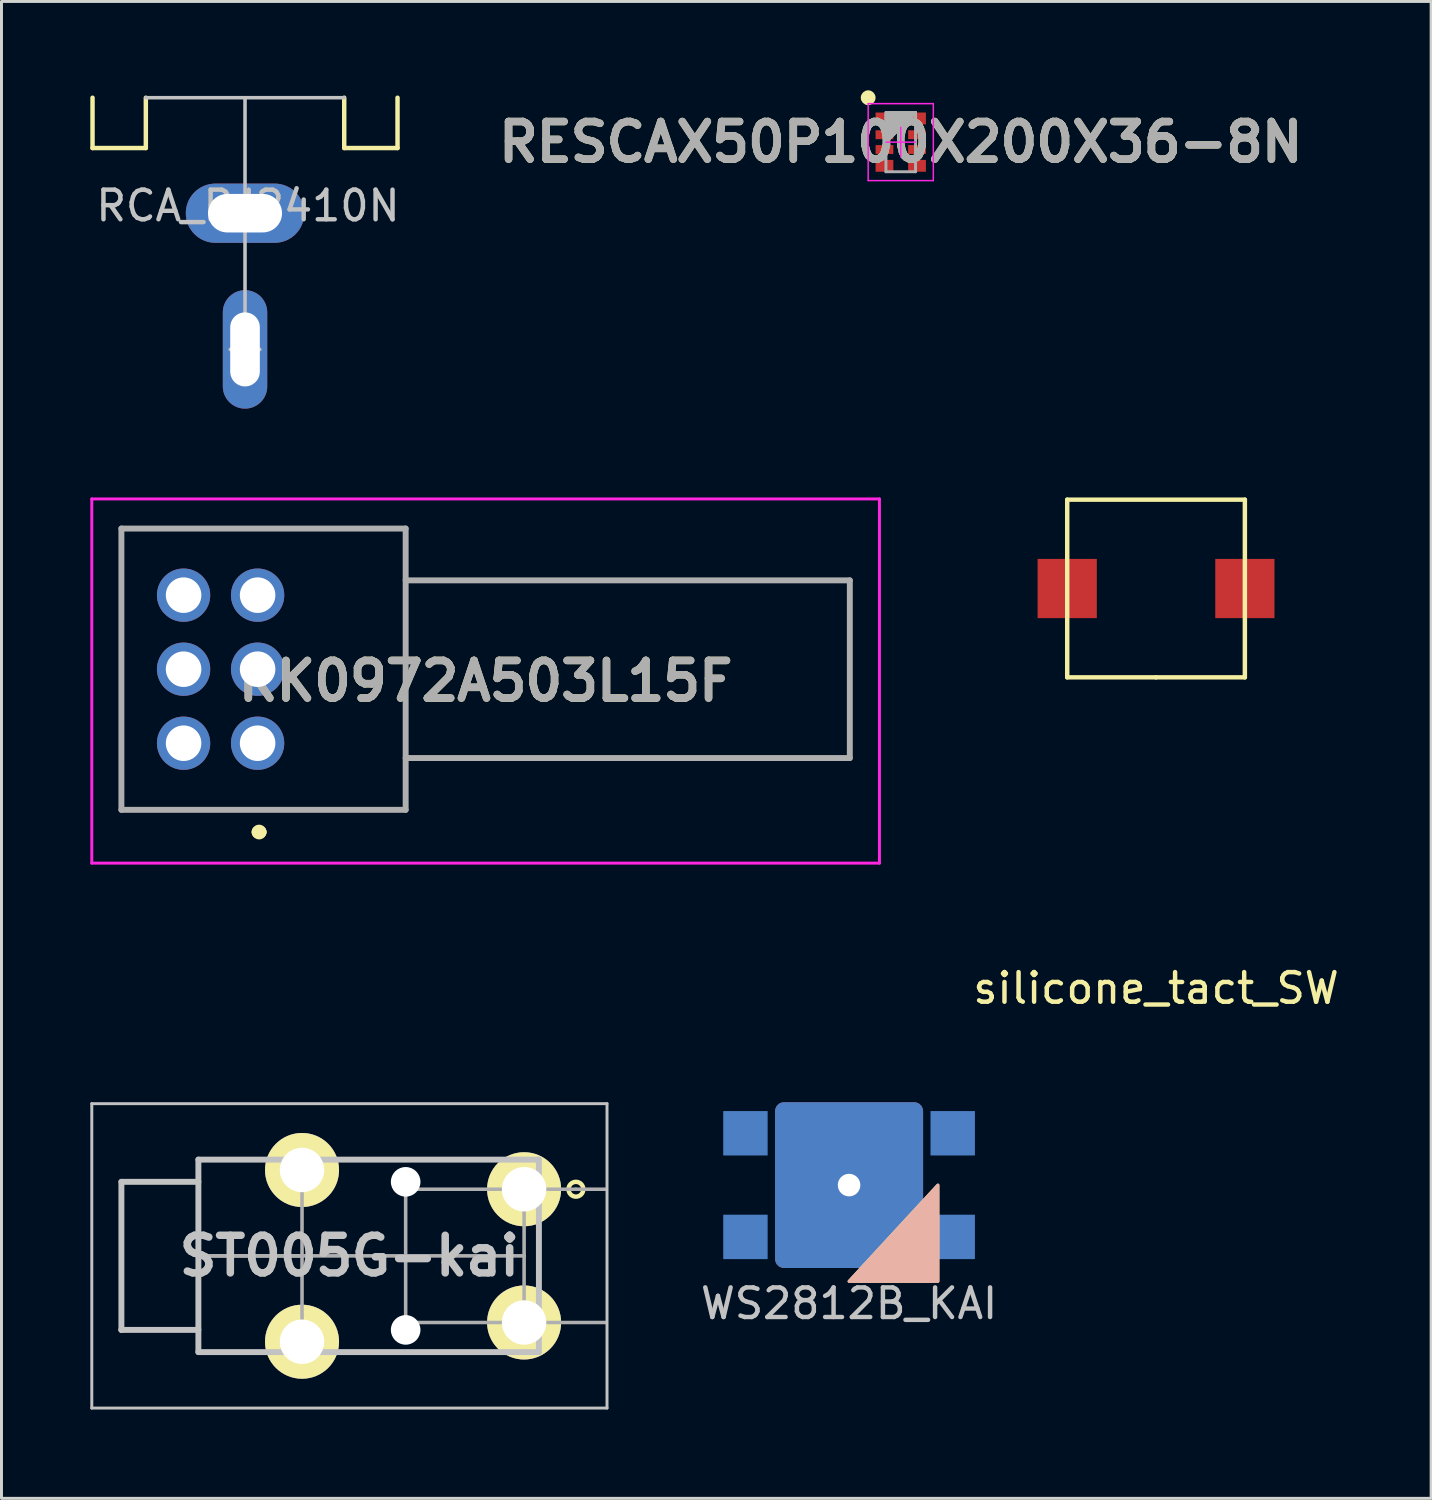
<source format=kicad_pcb>
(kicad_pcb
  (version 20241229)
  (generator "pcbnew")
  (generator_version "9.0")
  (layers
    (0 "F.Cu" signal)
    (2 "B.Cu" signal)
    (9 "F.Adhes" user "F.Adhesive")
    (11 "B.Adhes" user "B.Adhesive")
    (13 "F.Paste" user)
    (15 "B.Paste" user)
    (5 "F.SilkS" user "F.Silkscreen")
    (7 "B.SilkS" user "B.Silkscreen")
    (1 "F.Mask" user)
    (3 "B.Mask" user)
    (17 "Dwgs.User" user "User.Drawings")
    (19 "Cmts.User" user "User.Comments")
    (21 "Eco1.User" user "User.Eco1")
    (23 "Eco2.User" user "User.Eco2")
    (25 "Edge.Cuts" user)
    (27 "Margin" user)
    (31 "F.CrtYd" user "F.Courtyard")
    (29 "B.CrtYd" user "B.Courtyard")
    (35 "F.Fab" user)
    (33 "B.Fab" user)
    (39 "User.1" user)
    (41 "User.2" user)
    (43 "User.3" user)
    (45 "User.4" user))
  (footprint "WS2812B_KAI"
    (layer "F.Cu")
    (at 25.625 36.973)
    (property "Reference" "WS2812B_KAI" (at 0 4 0) (layer "Dwgs.User") (effects (font (size 1 1) (thickness 0.15))))
    (attr through_hole)
    (fp_poly (pts (xy 3 0) (xy 0 3.25) (xy 3 3.25)) (stroke (width 0.1) (type solid)) (fill yes) (layer "F.SilkS"))
    (fp_poly (pts (xy 3 0) (xy 0 3.25) (xy 3 3.25)) (stroke (width 0.1) (type solid)) (fill yes) (layer "B.SilkS"))
    (pad "" np_thru_hole roundrect (at 0 0) (size 5 5.6) (drill 0.762) (layers "*.Cu" "*.Mask") (roundrect_rratio 0.06))
    (pad "1" smd rect (at -3.5 -1.75) (size 1.5 1.5) (layers "B.Cu" "B.Mask" "B.Paste"))
    (pad "2" smd rect (at -3.5 1.75) (size 1.5 1.5) (layers "B.Cu" "B.Mask" "B.Paste"))
    (pad "3" smd rect (at 3.5 1.75) (size 1.5 1.5) (layers "B.Cu" "B.Mask" "B.Paste"))
    (pad "4" smd rect (at 3.5 -1.75) (size 1.5 1.5) (layers "B.Cu" "B.Mask" "B.Paste")))
  (footprint "RK0972A503L15F"
    (layer "F.Cu")
    (at 5.65 22.05)
    (property "Reference" "RK0972A503L15F" (at 7.7 -2.1 0) (layer "F.SilkS") (effects (font (size 1.27 1.27) (thickness 0.254))))
    (attr through_hole)
    (fp_line (start -4.6 -7.25) (end 5 -7.25) (stroke (width 0.1) (type solid)) (layer "F.SilkS"))
    (fp_line (start -4.6 2.25) (end -4.6 -7.25) (stroke (width 0.1) (type solid)) (layer "F.SilkS"))
    (fp_line (start 0 3) (end 0 3) (stroke (width 0.4) (type solid)) (layer "F.SilkS"))
    (fp_line (start 0.1 3) (end 0.1 3) (stroke (width 0.4) (type solid)) (layer "F.SilkS"))
    (fp_line (start 5 -7.25) (end 5 2.25) (stroke (width 0.1) (type solid)) (layer "F.SilkS"))
    (fp_line (start 5 -5.5) (end 20 -5.5) (stroke (width 0.1) (type solid)) (layer "F.SilkS"))
    (fp_line (start 5 2.25) (end -4.6 2.25) (stroke (width 0.1) (type solid)) (layer "F.SilkS"))
    (fp_line (start 20 -5.5) (end 20 0.5) (stroke (width 0.1) (type solid)) (layer "F.SilkS"))
    (fp_line (start 20 0.5) (end 5 0.5) (stroke (width 0.1) (type solid)) (layer "F.SilkS"))
    (fp_arc (start 0 3) (mid 0.05 2.95) (end 0.1 3) (stroke (width 0.4) (type solid)) (layer "F.SilkS"))
    (fp_arc (start 0.1 3) (mid 0.05 3.05) (end 0 3) (stroke (width 0.4) (type solid)) (layer "F.SilkS"))
    (fp_line (start -5.6 -8.25) (end 21 -8.25) (stroke (width 0.1) (type solid)) (layer "F.CrtYd"))
    (fp_line (start -5.6 4.05) (end -5.6 -8.25) (stroke (width 0.1) (type solid)) (layer "F.CrtYd"))
    (fp_line (start 21 -8.25) (end 21 4.05) (stroke (width 0.1) (type solid)) (layer "F.CrtYd"))
    (fp_line (start 21 4.05) (end -5.6 4.05) (stroke (width 0.1) (type solid)) (layer "F.CrtYd"))
    (fp_line (start -4.6 -7.25) (end 5 -7.25) (stroke (width 0.2) (type solid)) (layer "F.Fab"))
    (fp_line (start -4.6 2.25) (end -4.6 -7.25) (stroke (width 0.2) (type solid)) (layer "F.Fab"))
    (fp_line (start 5 -7.25) (end 5 2.25) (stroke (width 0.2) (type solid)) (layer "F.Fab"))
    (fp_line (start 5 -5.5) (end 20 -5.5) (stroke (width 0.2) (type solid)) (layer "F.Fab"))
    (fp_line (start 5 2.25) (end -4.6 2.25) (stroke (width 0.2) (type solid)) (layer "F.Fab"))
    (fp_line (start 20 -5.5) (end 20 0.5) (stroke (width 0.2) (type solid)) (layer "F.Fab"))
    (fp_line (start 20 0.5) (end 5 0.5) (stroke (width 0.2) (type solid)) (layer "F.Fab"))
    (fp_text user "${REFERENCE}" (at 7.7 -2.1 0) (layer "F.Fab") (effects (font (size 1.27 1.27) (thickness 0.254))))
    (pad "1" thru_hole circle (at 0 0) (size 1.8 1.8) (drill 1.2) (layers "*.Cu" "*.Mask"))
    (pad "2" thru_hole circle (at 0 -2.5) (size 1.8 1.8) (drill 1.2) (layers "*.Cu" "*.Mask"))
    (pad "3" thru_hole circle (at 0 -5) (size 1.8 1.8) (drill 1.2) (layers "*.Cu" "*.Mask"))
    (pad "4" thru_hole circle (at -2.5 0) (size 1.8 1.8) (drill 1.2) (layers "*.Cu" "*.Mask"))
    (pad "5" thru_hole circle (at -2.5 -2.5) (size 1.8 1.8) (drill 1.2) (layers "*.Cu" "*.Mask"))
    (pad "6" thru_hole circle (at -2.5 -5) (size 1.8 1.8) (drill 1.2) (layers "*.Cu" "*.Mask")))
  (footprint "silicone_tact_SW"
    (layer "F.Cu")
    (at 35.992 29.825)
    (property "Reference" "silicone_tact_SW" (at 0 0.5 0) (layer "F.SilkS") (effects (font (size 1 1) (thickness 0.15))))
    (attr through_hole)
    (fp_line (start -3 -16) (end -3 -10) (stroke (width 0.15) (type solid)) (layer "F.SilkS"))
    (fp_line (start -3 -10) (end 0 -10) (stroke (width 0.15) (type solid)) (layer "F.SilkS"))
    (fp_line (start 0 -10) (end 3 -10) (stroke (width 0.15) (type solid)) (layer "F.SilkS"))
    (fp_line (start 3 -16) (end -3 -16) (stroke (width 0.15) (type solid)) (layer "F.SilkS"))
    (fp_line (start 3 -10) (end 3 -16) (stroke (width 0.15) (type solid)) (layer "F.SilkS"))
    (pad "1" smd rect (at -3 -13) (size 2 2) (layers "F.Cu" "F.Mask" "F.Paste"))
    (pad "2" smd rect (at 3 -13) (size 2 2) (layers "F.Cu" "F.Mask" "F.Paste")))
  (footprint "ST005G-kai"
    (layer "F.Cu")
    (at 8.75 39.363)
    (property "Reference" "ST005G-kai" (at 0 0 0) (layer "Dwgs.User") (effects (font (size 1.27 1.27) (thickness 0.254))))
    (attr through_hole)
    (fp_circle (center 7.65 -2.25) (end 7.65 -2) (stroke (width 0.15) (type solid)) (fill no) (layer "F.SilkS"))
    (fp_line (start -8.7 -5.14) (end 8.7 -5.14) (stroke (width 0.1) (type solid)) (layer "Dwgs.User"))
    (fp_line (start -8.7 5.14) (end -8.7 -5.14) (stroke (width 0.1) (type solid)) (layer "Dwgs.User"))
    (fp_line (start -7.7 -2.5) (end -7.7 2.5) (stroke (width 0.2) (type solid)) (layer "Dwgs.User"))
    (fp_line (start -7.7 2.5) (end -7.7 2.5) (stroke (width 0.2) (type solid)) (layer "Dwgs.User"))
    (fp_line (start -7.7 2.5) (end -5.1 2.5) (stroke (width 0.2) (type solid)) (layer "Dwgs.User"))
    (fp_line (start -5.1 -3.25) (end 6.4 -3.25) (stroke (width 0.2) (type solid)) (layer "Dwgs.User"))
    (fp_line (start -5.1 -2.5) (end -7.7 -2.5) (stroke (width 0.2) (type solid)) (layer "Dwgs.User"))
    (fp_line (start -5.1 3.25) (end -5.1 -3.25) (stroke (width 0.2) (type solid)) (layer "Dwgs.User"))
    (fp_line (start 6.4 -3.25) (end 6.4 3.25) (stroke (width 0.2) (type solid)) (layer "Dwgs.User"))
    (fp_line (start 6.4 3.25) (end -5.1 3.25) (stroke (width 0.2) (type solid)) (layer "Dwgs.User"))
    (fp_line (start 8.7 -5.14) (end 8.7 5.14) (stroke (width 0.1) (type solid)) (layer "Dwgs.User"))
    (fp_line (start 8.7 5.14) (end -8.7 5.14) (stroke (width 0.1) (type solid)) (layer "Dwgs.User"))
    (fp_line (start -7.7 -2.5) (end -7.7 2.5) (stroke (width 0.1) (type solid)) (layer "Eco1.User"))
    (fp_line (start -7.7 2.5) (end -5.1 2.5) (stroke (width 0.1) (type solid)) (layer "Eco1.User"))
    (fp_line (start -5.1 -3.25) (end -5.1 -2.5) (stroke (width 0.1) (type solid)) (layer "Eco1.User"))
    (fp_line (start -5.1 -2.5) (end -7.7 -2.5) (stroke (width 0.1) (type solid)) (layer "Eco1.User"))
    (fp_line (start -5.1 2.5) (end -5.1 3.25) (stroke (width 0.1) (type solid)) (layer "Eco1.User"))
    (fp_line (start -5.1 3.25) (end -3.1 3.25) (stroke (width 0.1) (type solid)) (layer "Eco1.User"))
    (fp_line (start -3.1 -3.25) (end -5.1 -3.25) (stroke (width 0.1) (type solid)) (layer "Eco1.User"))
    (fp_line (start -5.1 0) (end -1.6 0) (stroke (width 0.12) (type solid)) (layer "F.Fab"))
    (fp_line (start -5.1 0) (end 1.9 0) (stroke (width 0.12) (type solid)) (layer "F.Fab"))
    (fp_line (start -1.6 0) (end -1.6 -2.9) (stroke (width 0.12) (type solid)) (layer "F.Fab"))
    (fp_line (start -1.6 0) (end -1.6 2.9) (stroke (width 0.12) (type solid)) (layer "F.Fab"))
    (fp_line (start 1.9 -2.25) (end 1.9 -2.5) (stroke (width 0.12) (type solid)) (layer "F.Fab"))
    (fp_line (start 1.9 -2.25) (end 7.65 -2.25) (stroke (width 0.12) (type solid)) (layer "F.Fab"))
    (fp_line (start 1.9 0) (end 1.9 -2.25) (stroke (width 0.12) (type solid)) (layer "F.Fab"))
    (fp_line (start 1.9 0) (end 1.9 2.25) (stroke (width 0.12) (type solid)) (layer "F.Fab"))
    (fp_line (start 1.9 0) (end 5.9 0) (stroke (width 0.12) (type solid)) (layer "F.Fab"))
    (fp_line (start 1.9 2.25) (end 1.9 2.5) (stroke (width 0.12) (type solid)) (layer "F.Fab"))
    (fp_line (start 1.9 2.25) (end 8.65 2.25) (stroke (width 0.12) (type solid)) (layer "F.Fab"))
    (fp_line (start 5.9 0) (end 5.9 -2.25) (stroke (width 0.12) (type solid)) (layer "F.Fab"))
    (fp_line (start 5.9 0) (end 5.9 2.25) (stroke (width 0.12) (type solid)) (layer "F.Fab"))
    (fp_line (start 7.65 -2.25) (end 8.65 -2.25) (stroke (width 0.12) (type solid)) (layer "F.Fab"))
    (pad "" np_thru_hole circle (at 1.9 -2.5 90) (size 1 1) (drill 1) (layers "*.Cu" "*.Mask"))
    (pad "" np_thru_hole circle (at 1.9 2.5 90) (size 1 1) (drill 1) (layers "*.Cu" "*.Mask"))
    (pad "1" thru_hole circle (at 5.9 -2.25 90) (size 2.5 2.5) (drill 1.5) (layers "*.Cu" "*.Mask" "F.SilkS"))
    (pad "2" thru_hole circle (at 5.9 2.25 90) (size 2.5 2.5) (drill 1.5) (layers "*.Cu" "*.Mask" "F.SilkS"))
    (pad "3" thru_hole circle (at -1.6 -2.9 90) (size 2.5 2.5) (drill 1.5) (layers "*.Cu" "*.Mask" "F.SilkS"))
    (pad "4" thru_hole circle (at -1.6 2.9 90) (size 2.5 2.5) (drill 1.5) (layers "*.Cu" "*.Mask" "F.SilkS")))
  (footprint "RCA_RJ2410N"
    (layer "F.Cu")
    (at 5.225 0.25)
    (property "Reference" "RCA_RJ2410N" (at 0.1 3.65 0) (layer "Dwgs.User") (effects (font (size 1 1) (thickness 0.15))))
    (attr through_hole)
    (fp_line (start -5.15 1.7) (end -5.15 0) (stroke (width 0.15) (type solid)) (layer "F.SilkS"))
    (fp_line (start -3.35 0) (end -3.35 1.7) (stroke (width 0.15) (type solid)) (layer "F.SilkS"))
    (fp_line (start -3.35 1.7) (end -5.15 1.7) (stroke (width 0.15) (type solid)) (layer "F.SilkS"))
    (fp_line (start 3.35 0) (end 3.35 1.7) (stroke (width 0.15) (type solid)) (layer "F.SilkS"))
    (fp_line (start 3.35 1.7) (end 5.15 1.7) (stroke (width 0.15) (type solid)) (layer "F.SilkS"))
    (fp_line (start 5.15 1.7) (end 5.15 0) (stroke (width 0.15) (type solid)) (layer "F.SilkS"))
    (fp_line (start -0.5 4) (end 0.5 4) (stroke (width 0.12) (type solid)) (layer "Dwgs.User"))
    (fp_line (start -0.5 8.5) (end 0.5 8.5) (stroke (width 0.12) (type solid)) (layer "Dwgs.User"))
    (fp_line (start 0 0) (end -3.35 0) (stroke (width 0.12) (type solid)) (layer "Dwgs.User"))
    (fp_line (start 0 0) (end 0 4) (stroke (width 0.12) (type solid)) (layer "Dwgs.User"))
    (fp_line (start 0 0) (end 3.35 0) (stroke (width 0.12) (type solid)) (layer "Dwgs.User"))
    (fp_line (start 0 4) (end 0 8.5) (stroke (width 0.12) (type solid)) (layer "Dwgs.User"))
    (pad "1" thru_hole oval (at 0 8.5 90) (size 4 1.5) (drill oval 2.5 1) (layers "*.Cu" "*.Mask"))
    (pad "2" thru_hole oval (at 0 3.9) (size 4 2) (drill oval 2.5 1.3) (layers "*.Cu" "*.Mask")))
  (footprint "RESCAX50P100X200X36-8N"
    (layer "F.Cu")
    (at 27.37 1.75)
    (property "Reference" "RESCAX50P100X200X36-8N" (at 0 0 0) (layer "F.SilkS") (effects (font (size 1.27 1.27) (thickness 0.254))))
    (attr smd)
    (fp_circle (center -1.1 -1.5) (end -1.1 -1.375) (stroke (width 0.25) (type solid)) (fill no) (layer "F.SilkS"))
    (fp_line (start -1.1 -1.3) (end -1.1 1.3) (stroke (width 0.05) (type solid)) (layer "F.CrtYd"))
    (fp_line (start -1.1 1.3) (end 1.1 1.3) (stroke (width 0.05) (type solid)) (layer "F.CrtYd"))
    (fp_line (start -0.55 -1.05) (end -0.55 1.05) (stroke (width 0.001) (type solid)) (layer "F.CrtYd"))
    (fp_line (start -0.55 1.05) (end 0.55 1.05) (stroke (width 0.001) (type solid)) (layer "F.CrtYd"))
    (fp_line (start -0.5 0) (end 0.5 0) (stroke (width 0.05) (type solid)) (layer "F.CrtYd"))
    (fp_line (start 0 0.5) (end 0 -0.5) (stroke (width 0.05) (type solid)) (layer "F.CrtYd"))
    (fp_line (start 0.55 -1.05) (end -0.55 -1.05) (stroke (width 0.001) (type solid)) (layer "F.CrtYd"))
    (fp_line (start 0.55 1.05) (end 0.55 -1.05) (stroke (width 0.001) (type solid)) (layer "F.CrtYd"))
    (fp_line (start 1.1 -1.3) (end -1.1 -1.3) (stroke (width 0.05) (type solid)) (layer "F.CrtYd"))
    (fp_line (start 1.1 1.3) (end 1.1 -1.3) (stroke (width 0.05) (type solid)) (layer "F.CrtYd"))
    (fp_line (start -0.5 -1) (end -0.5 1) (stroke (width 0.1) (type solid)) (layer "F.Fab"))
    (fp_line (start -0.5 1) (end 0.5 1) (stroke (width 0.1) (type solid)) (layer "F.Fab"))
    (fp_line (start -0.4 -1) (end -0.5 -0.9) (stroke (width 0.1) (type solid)) (layer "F.Fab"))
    (fp_line (start -0.4 -1) (end -0.5 -0.9) (stroke (width 0.1) (type solid)) (layer "F.Fab"))
    (fp_line (start -0.3 -1) (end -0.5 -0.8) (stroke (width 0.1) (type solid)) (layer "F.Fab"))
    (fp_line (start -0.3 -1) (end -0.5 -0.8) (stroke (width 0.1) (type solid)) (layer "F.Fab"))
    (fp_line (start -0.2 -1) (end -0.5 -0.7) (stroke (width 0.1) (type solid)) (layer "F.Fab"))
    (fp_line (start -0.2 -1) (end -0.5 -0.7) (stroke (width 0.1) (type solid)) (layer "F.Fab"))
    (fp_line (start -0.1 -1) (end -0.5 -0.6) (stroke (width 0.1) (type solid)) (layer "F.Fab"))
    (fp_line (start -0.1 -1) (end -0.5 -0.6) (stroke (width 0.1) (type solid)) (layer "F.Fab"))
    (fp_line (start 0 -1) (end -0.5 -0.5) (stroke (width 0.1) (type solid)) (layer "F.Fab"))
    (fp_line (start 0 -1) (end -0.5 -0.5) (stroke (width 0.1) (type solid)) (layer "F.Fab"))
    (fp_line (start 0.1 -1) (end -0.5 -0.4) (stroke (width 0.1) (type solid)) (layer "F.Fab"))
    (fp_line (start 0.1 -1) (end -0.5 -0.4) (stroke (width 0.1) (type solid)) (layer "F.Fab"))
    (fp_line (start 0.2 -1) (end -0.5 -0.3) (stroke (width 0.1) (type solid)) (layer "F.Fab"))
    (fp_line (start 0.2 -1) (end -0.5 -0.3) (stroke (width 0.1) (type solid)) (layer "F.Fab"))
    (fp_line (start 0.3 -1) (end -0.5 -0.2) (stroke (width 0.1) (type solid)) (layer "F.Fab"))
    (fp_line (start 0.3 -1) (end -0.5 -0.2) (stroke (width 0.1) (type solid)) (layer "F.Fab"))
    (fp_line (start 0.4 -1) (end -0.5 -0.1) (stroke (width 0.1) (type solid)) (layer "F.Fab"))
    (fp_line (start 0.4 -1) (end -0.5 -0.1) (stroke (width 0.1) (type solid)) (layer "F.Fab"))
    (fp_line (start 0.5 -1) (end -0.5 -1) (stroke (width 0.1) (type solid)) (layer "F.Fab"))
    (fp_line (start 0.5 -1) (end -0.5 0) (stroke (width 0.1) (type solid)) (layer "F.Fab"))
    (fp_line (start 0.5 -1) (end -0.5 0) (stroke (width 0.1) (type solid)) (layer "F.Fab"))
    (fp_line (start 0.5 1) (end 0.5 -1) (stroke (width 0.1) (type solid)) (layer "F.Fab"))
    (fp_text user "${REFERENCE}" (at 0 0 0) (layer "F.Fab") (effects (font (size 1.27 1.27) (thickness 0.254))))
    (pad "1" smd rect (at -0.55 -0.8 90) (size 0.4 0.6) (layers "F.Cu" "F.Mask" "F.Paste"))
    (pad "2" smd rect (at -0.55 -0.25 90) (size 0.3 0.6) (layers "F.Cu" "F.Mask" "F.Paste"))
    (pad "3" smd rect (at -0.55 0.25 90) (size 0.3 0.6) (layers "F.Cu" "F.Mask" "F.Paste"))
    (pad "4" smd rect (at -0.55 0.8 90) (size 0.4 0.6) (layers "F.Cu" "F.Mask" "F.Paste"))
    (pad "5" smd rect (at 0.55 0.8 90) (size 0.4 0.6) (layers "F.Cu" "F.Mask" "F.Paste"))
    (pad "6" smd rect (at 0.55 0.25 90) (size 0.3 0.6) (layers "F.Cu" "F.Mask" "F.Paste"))
    (pad "7" smd rect (at 0.55 -0.25 90) (size 0.3 0.6) (layers "F.Cu" "F.Mask" "F.Paste"))
    (pad "8" smd rect (at 0.55 -0.8 90) (size 0.4 0.6) (layers "F.Cu" "F.Mask" "F.Paste")))
  (gr_rect
    (start -3 -3)
    (end 45.283 47.553)
    (stroke (width 0.1) (type default))
    (fill no)
    (layer "Edge.Cuts")))
</source>
